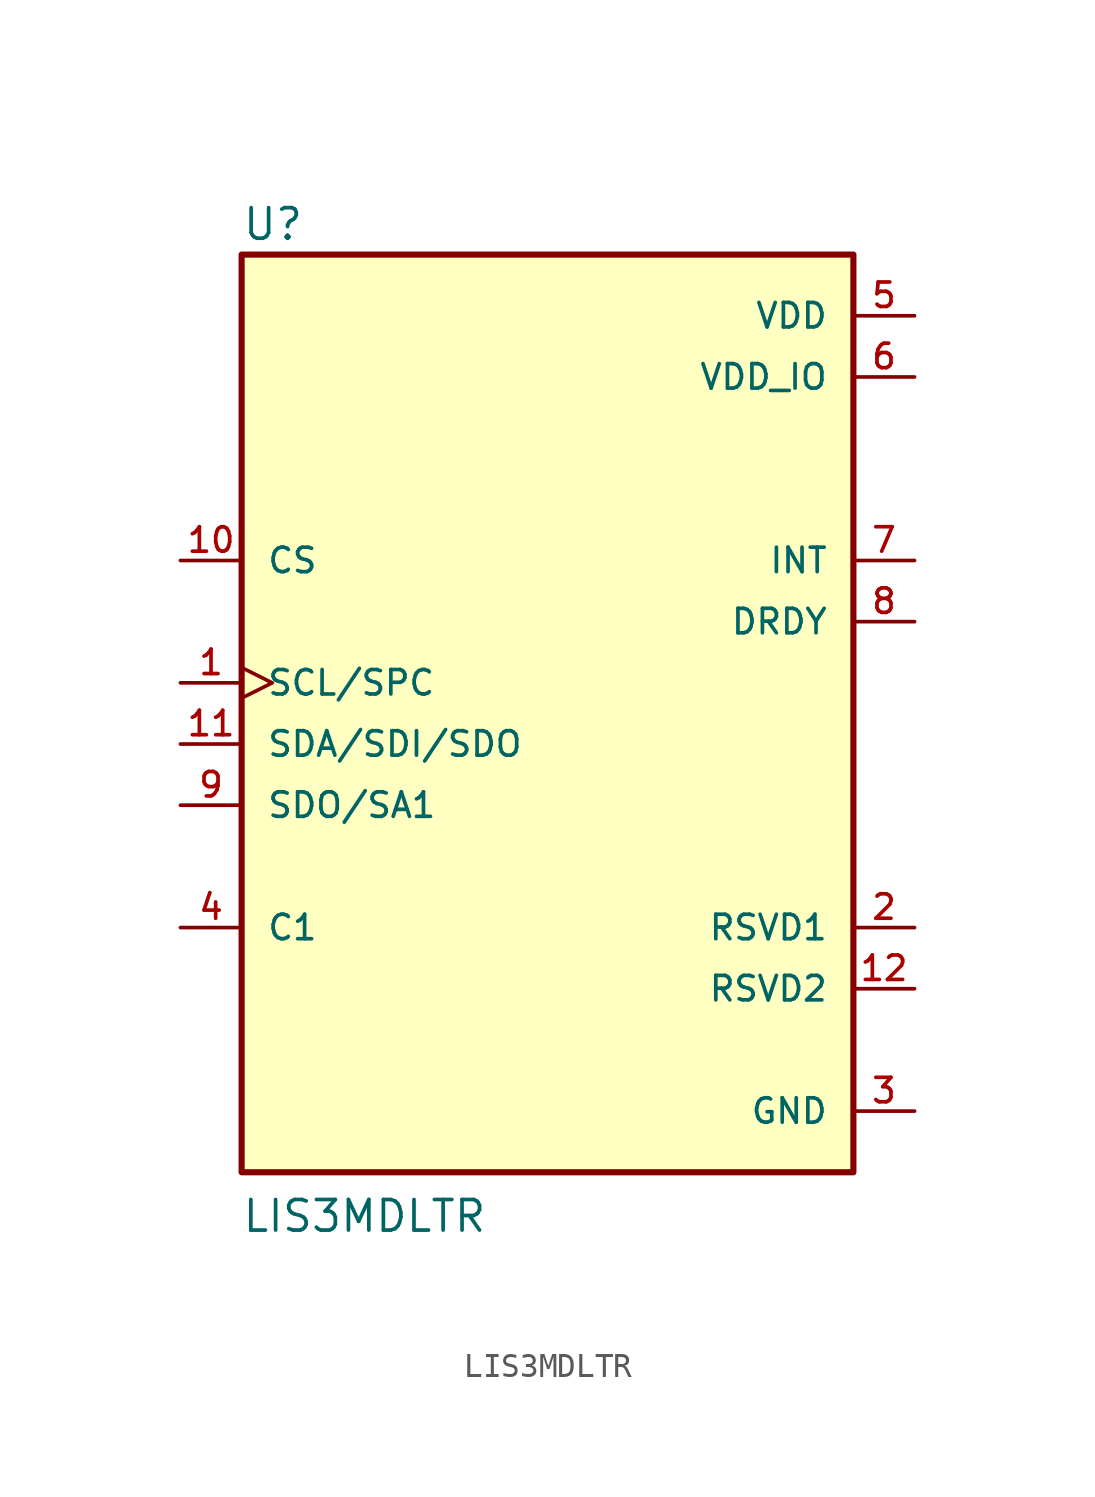
<source format=kicad_sym>
(kicad_symbol_lib
  (version 20231120)
  (generator "kicad_symbol_editor")
  (generator_version "8.0")
  (symbol "LIS3MDLTR"
    (pin_names
      (offset 1.016))
    (property "Reference" "U"
      (at -12.707 18.295 0)
      (effects (font (size 1.27 1.27)) (justify left bottom)))
    (property "Value" "LIS3MDLTR"
      (at -12.719 -22.883 0)
      (effects (font (size 1.27 1.27)) (justify left bottom)))
    (symbol "LIS3MDLTR_0_0"
      (rectangle (start -12.7 -20.32) (end 12.7 17.78) (stroke (width 0.254) (type default)) (fill (type background)))
      (pin input clock (at -15.24 0 0) (length 2.54) (name "SCL/SPC" (effects (font (size 1.016 1.016)))) (number "1" (effects (font (size 1.016 1.016)))))
      (pin input line (at -15.24 5.08 0) (length 2.54) (name "CS" (effects (font (size 1.016 1.016)))) (number "10" (effects (font (size 1.016 1.016)))))
      (pin bidirectional line (at -15.24 -2.54 0) (length 2.54) (name "SDA/SDI/SDO" (effects (font (size 1.016 1.016)))) (number "11" (effects (font (size 1.016 1.016)))))
      (pin passive line (at 15.24 -12.7 180) (length 2.54) (name "RSVD2" (effects (font (size 1.016 1.016)))) (number "12" (effects (font (size 1.016 1.016)))))
      (pin passive line (at 15.24 -10.16 180) (length 2.54) (name "RSVD1" (effects (font (size 1.016 1.016)))) (number "2" (effects (font (size 1.016 1.016)))))
      (pin power_in line (at 15.24 -17.78 180) (length 2.54) (name "GND" (effects (font (size 1.016 1.016)))) (number "3" (effects (font (size 1.016 1.016)))))
      (pin passive line (at -15.24 -10.16 0) (length 2.54) (name "C1" (effects (font (size 1.016 1.016)))) (number "4" (effects (font (size 1.016 1.016)))))
      (pin power_in line (at 15.24 15.24 180) (length 2.54) (name "VDD" (effects (font (size 1.016 1.016)))) (number "5" (effects (font (size 1.016 1.016)))))
      (pin power_in line (at 15.24 12.7 180) (length 2.54) (name "VDD_IO" (effects (font (size 1.016 1.016)))) (number "6" (effects (font (size 1.016 1.016)))))
      (pin output line (at 15.24 5.08 180) (length 2.54) (name "INT" (effects (font (size 1.016 1.016)))) (number "7" (effects (font (size 1.016 1.016)))))
      (pin output line (at 15.24 2.54 180) (length 2.54) (name "DRDY" (effects (font (size 1.016 1.016)))) (number "8" (effects (font (size 1.016 1.016)))))
      (pin bidirectional line (at -15.24 -5.08 0) (length 2.54) (name "SDO/SA1" (effects (font (size 1.016 1.016)))) (number "9" (effects (font (size 1.016 1.016))))))))
</source>
